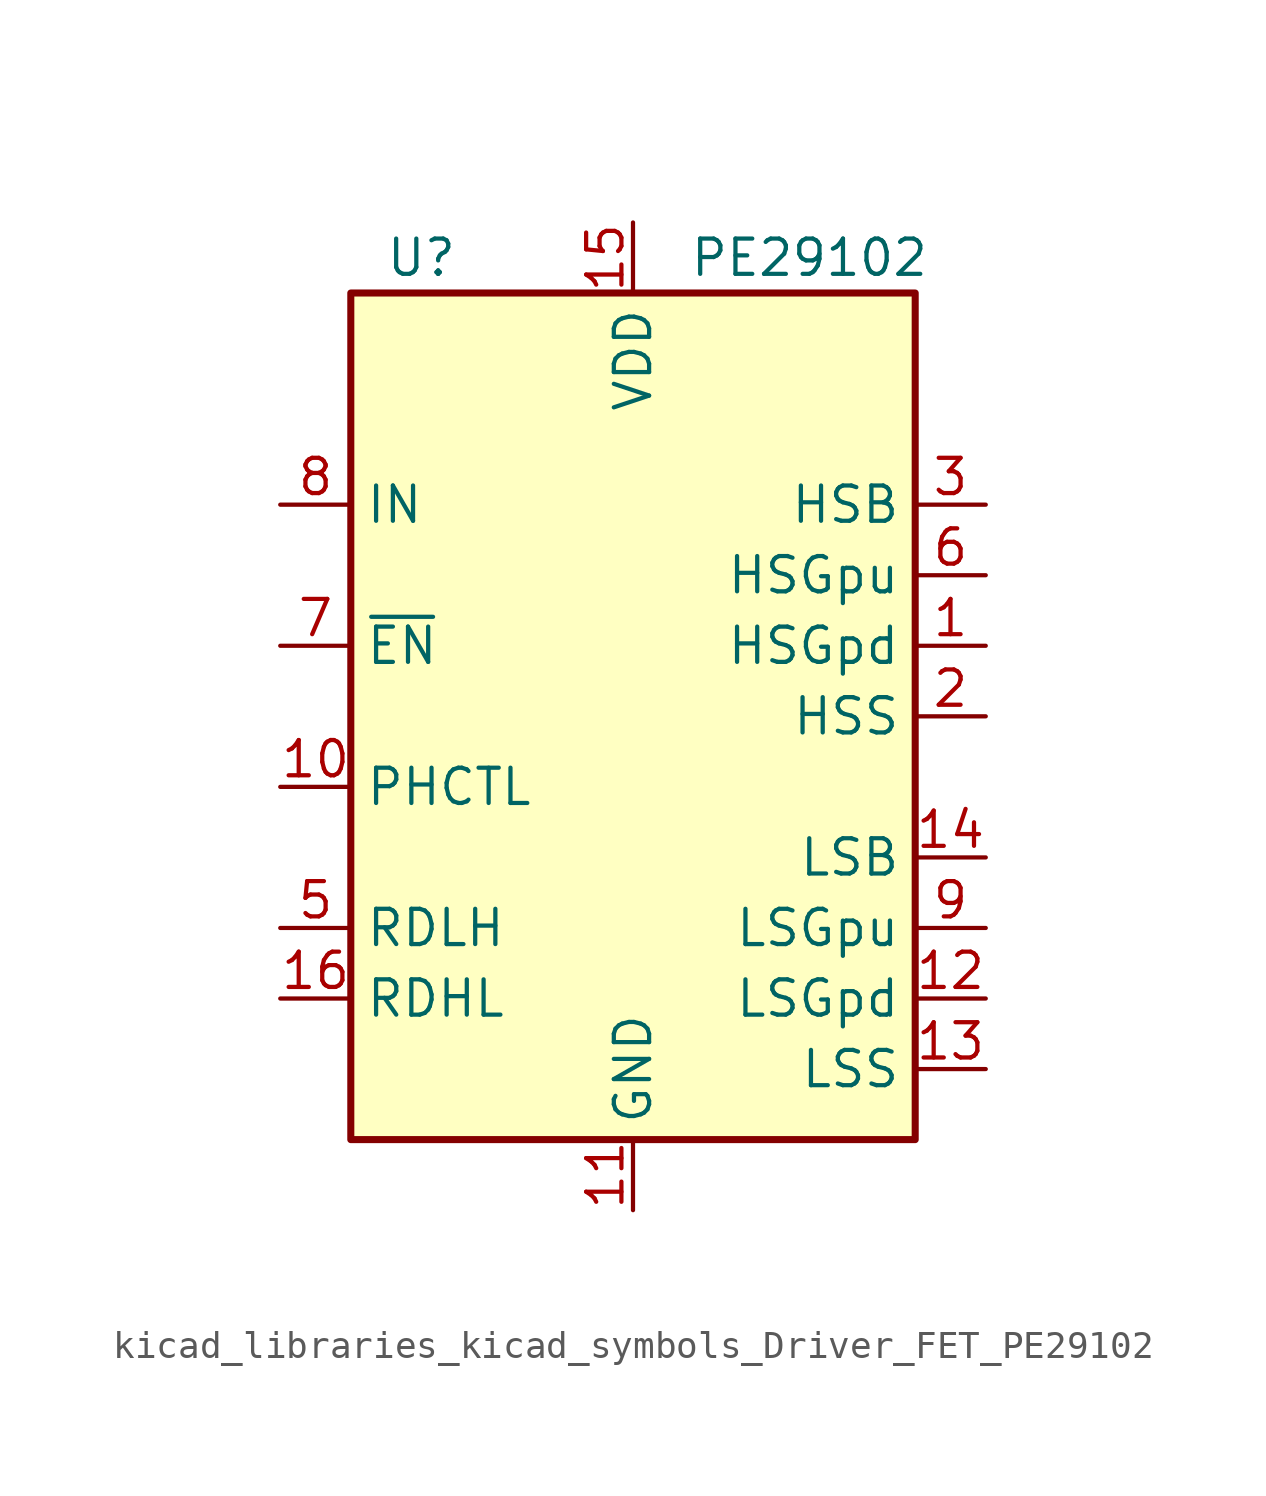
<source format=kicad_sym>
(kicad_symbol_lib
  (version 20220914)
  (generator kicad_symbol_editor)
  (symbol "kicad_libraries_kicad_symbols_Driver_FET_PE29102"
    (property "Reference" "U"
      (at -7.62 16.51 0)
      (effects (font (size 1.27 1.27))))
    (property "Value" "PE29102"
      (at 6.35 16.51 0)
      (effects (font (size 1.27 1.27))))
    (symbol "kicad_libraries_kicad_symbols_Driver_FET_PE29102_0_1"
      (rectangle (start 10.16 15.24) (end -10.16 -15.24) (stroke (width 0.254) (type default)) (fill (type background))))
    (symbol "kicad_libraries_kicad_symbols_Driver_FET_PE29102_1_1"
      (pin output line (at 12.7 2.54 180) (length 2.54) (name "HSGpd" (effects (font (size 1.27 1.27)))) (number "1" (effects (font (size 1.27 1.27)))))
      (pin input line (at -12.7 -2.54 0) (length 2.54) (name "PHCTL" (effects (font (size 1.27 1.27)))) (number "10" (effects (font (size 1.27 1.27)))))
      (pin power_in line (at 0 -17.78 90) (length 2.54) (name "GND" (effects (font (size 1.27 1.27)))) (number "11" (effects (font (size 1.27 1.27)))))
      (pin output line (at 12.7 -10.16 180) (length 2.54) (name "LSGpd" (effects (font (size 1.27 1.27)))) (number "12" (effects (font (size 1.27 1.27)))))
      (pin passive line (at 12.7 -12.7 180) (length 2.54) (name "LSS" (effects (font (size 1.27 1.27)))) (number "13" (effects (font (size 1.27 1.27)))))
      (pin input line (at 12.7 -5.08 180) (length 2.54) (name "LSB" (effects (font (size 1.27 1.27)))) (number "14" (effects (font (size 1.27 1.27)))))
      (pin power_in line (at 0 17.78 270) (length 2.54) (name "VDD" (effects (font (size 1.27 1.27)))) (number "15" (effects (font (size 1.27 1.27)))))
      (pin passive line (at -12.7 -10.16 0) (length 2.54) (name "RDHL" (effects (font (size 1.27 1.27)))) (number "16" (effects (font (size 1.27 1.27)))))
      (pin passive line (at 12.7 0 180) (length 2.54) (name "HSS" (effects (font (size 1.27 1.27)))) (number "2" (effects (font (size 1.27 1.27)))))
      (pin input line (at 12.7 7.62 180) (length 2.54) (name "HSB" (effects (font (size 1.27 1.27)))) (number "3" (effects (font (size 1.27 1.27)))))
      (pin no_connect line (at 10.16 12.7 180) (length 2.54) hide (name "NC" (effects (font (size 1.27 1.27)))) (number "4" (effects (font (size 1.27 1.27)))))
      (pin passive line (at -12.7 -7.62 0) (length 2.54) (name "RDLH" (effects (font (size 1.27 1.27)))) (number "5" (effects (font (size 1.27 1.27)))))
      (pin output line (at 12.7 5.08 180) (length 2.54) (name "HSGpu" (effects (font (size 1.27 1.27)))) (number "6" (effects (font (size 1.27 1.27)))))
      (pin input line (at -12.7 2.54 0) (length 2.54) (name "~{EN}" (effects (font (size 1.27 1.27)))) (number "7" (effects (font (size 1.27 1.27)))))
      (pin input line (at -12.7 7.62 0) (length 2.54) (name "IN" (effects (font (size 1.27 1.27)))) (number "8" (effects (font (size 1.27 1.27)))))
      (pin output line (at 12.7 -7.62 180) (length 2.54) (name "LSGpu" (effects (font (size 1.27 1.27)))) (number "9" (effects (font (size 1.27 1.27))))))))
</source>
